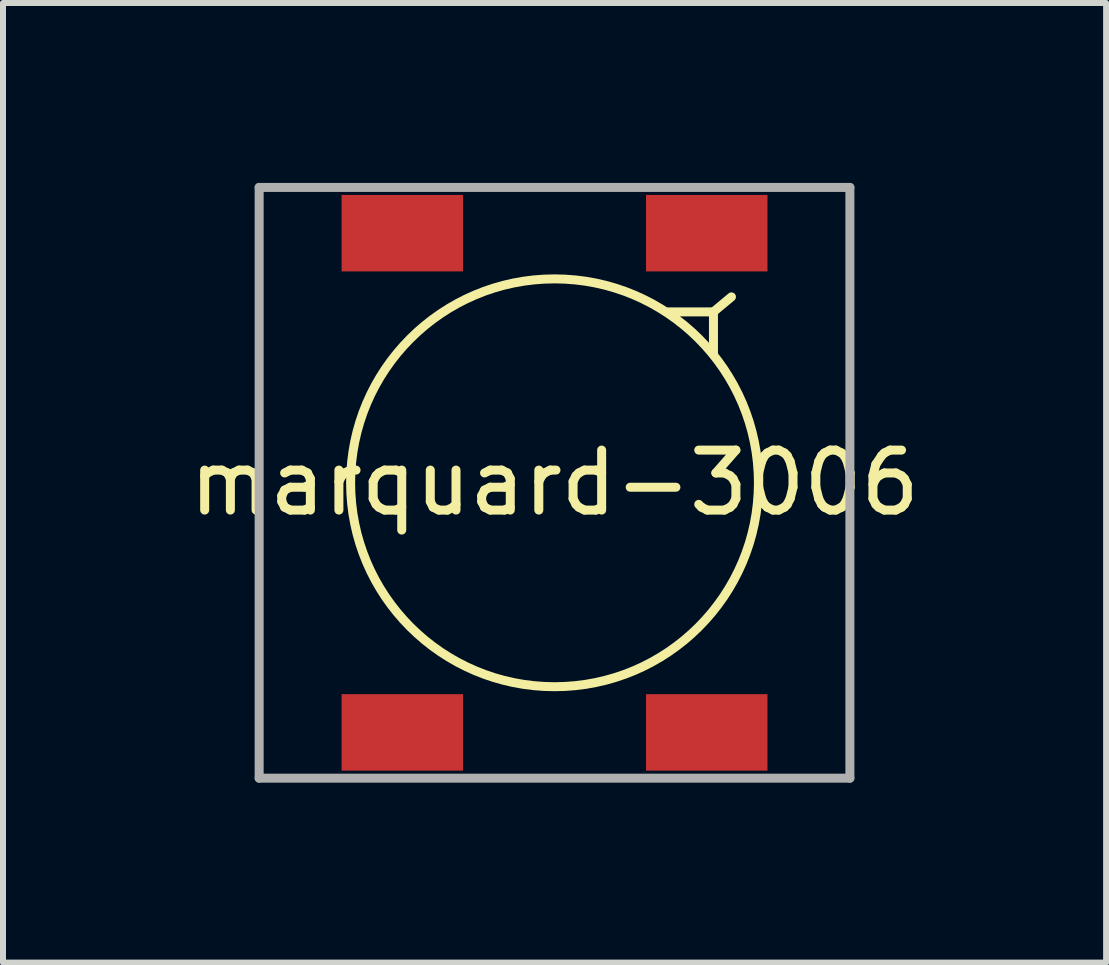
<source format=kicad_pcb>
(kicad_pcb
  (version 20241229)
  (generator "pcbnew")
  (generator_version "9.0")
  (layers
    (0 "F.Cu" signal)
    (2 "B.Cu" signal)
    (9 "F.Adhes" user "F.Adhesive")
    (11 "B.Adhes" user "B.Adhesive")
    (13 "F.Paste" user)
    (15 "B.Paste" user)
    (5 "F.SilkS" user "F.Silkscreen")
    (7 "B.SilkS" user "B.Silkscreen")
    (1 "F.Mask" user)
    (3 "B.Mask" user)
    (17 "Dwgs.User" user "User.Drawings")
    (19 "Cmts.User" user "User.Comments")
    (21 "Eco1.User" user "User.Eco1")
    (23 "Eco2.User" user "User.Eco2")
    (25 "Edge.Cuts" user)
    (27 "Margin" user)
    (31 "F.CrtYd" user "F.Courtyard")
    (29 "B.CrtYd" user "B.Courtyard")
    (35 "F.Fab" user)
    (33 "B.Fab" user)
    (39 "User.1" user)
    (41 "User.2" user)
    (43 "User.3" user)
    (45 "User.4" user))
  (footprint "marquard-3006"
    (layer "F.Cu")
    (at 6.196 5)
    (property "Reference" "marquard-3006" (at 0 0 0) (layer "F.SilkS") (effects (font (size 1 1) (thickness 0.15))))
    (attr through_hole)
    (fp_line (start 1.9 -2.85) (end 2.65 -2.85) (stroke (width 0.15) (type solid)) (layer "F.SilkS"))
    (fp_line (start 2.65 -2.85) (end 2.65 -2.15) (stroke (width 0.15) (type solid)) (layer "F.SilkS"))
    (fp_line (start 2.65 -2.85) (end 2.95 -3.1) (stroke (width 0.15) (type solid)) (layer "F.SilkS"))
    (fp_circle (center 0 0) (end 3.4 0) (stroke (width 0.15) (type solid)) (fill no) (layer "F.SilkS"))
    (fp_line (start -4.925 -4.925) (end 4.925 -4.925) (stroke (width 0.15) (type solid)) (layer "F.Fab"))
    (fp_line (start -4.925 4.925) (end -4.925 -4.925) (stroke (width 0.15) (type solid)) (layer "F.Fab"))
    (fp_line (start 4.925 -4.925) (end 4.925 4.925) (stroke (width 0.15) (type solid)) (layer "F.Fab"))
    (fp_line (start 4.925 4.925) (end -4.925 4.925) (stroke (width 0.15) (type solid)) (layer "F.Fab"))
    (pad "1" smd rect (at -2.538 4.162) (size 2.025 1.275) (layers "F.Cu" "F.Mask" "F.Paste"))
    (pad "2" smd rect (at 2.538 4.162) (size 2.025 1.275) (layers "F.Cu" "F.Mask" "F.Paste"))
    (pad "3" smd rect (at 2.538 -4.162) (size 2.025 1.275) (layers "F.Cu" "F.Mask" "F.Paste"))
    (pad "4" smd rect (at -2.538 -4.162) (size 2.025 1.275) (layers "F.Cu" "F.Mask" "F.Paste")))
  (gr_rect
    (start -3 -3)
    (end 15.393 13)
    (stroke (width 0.1) (type default))
    (fill no)
    (layer "Edge.Cuts")))
</source>
